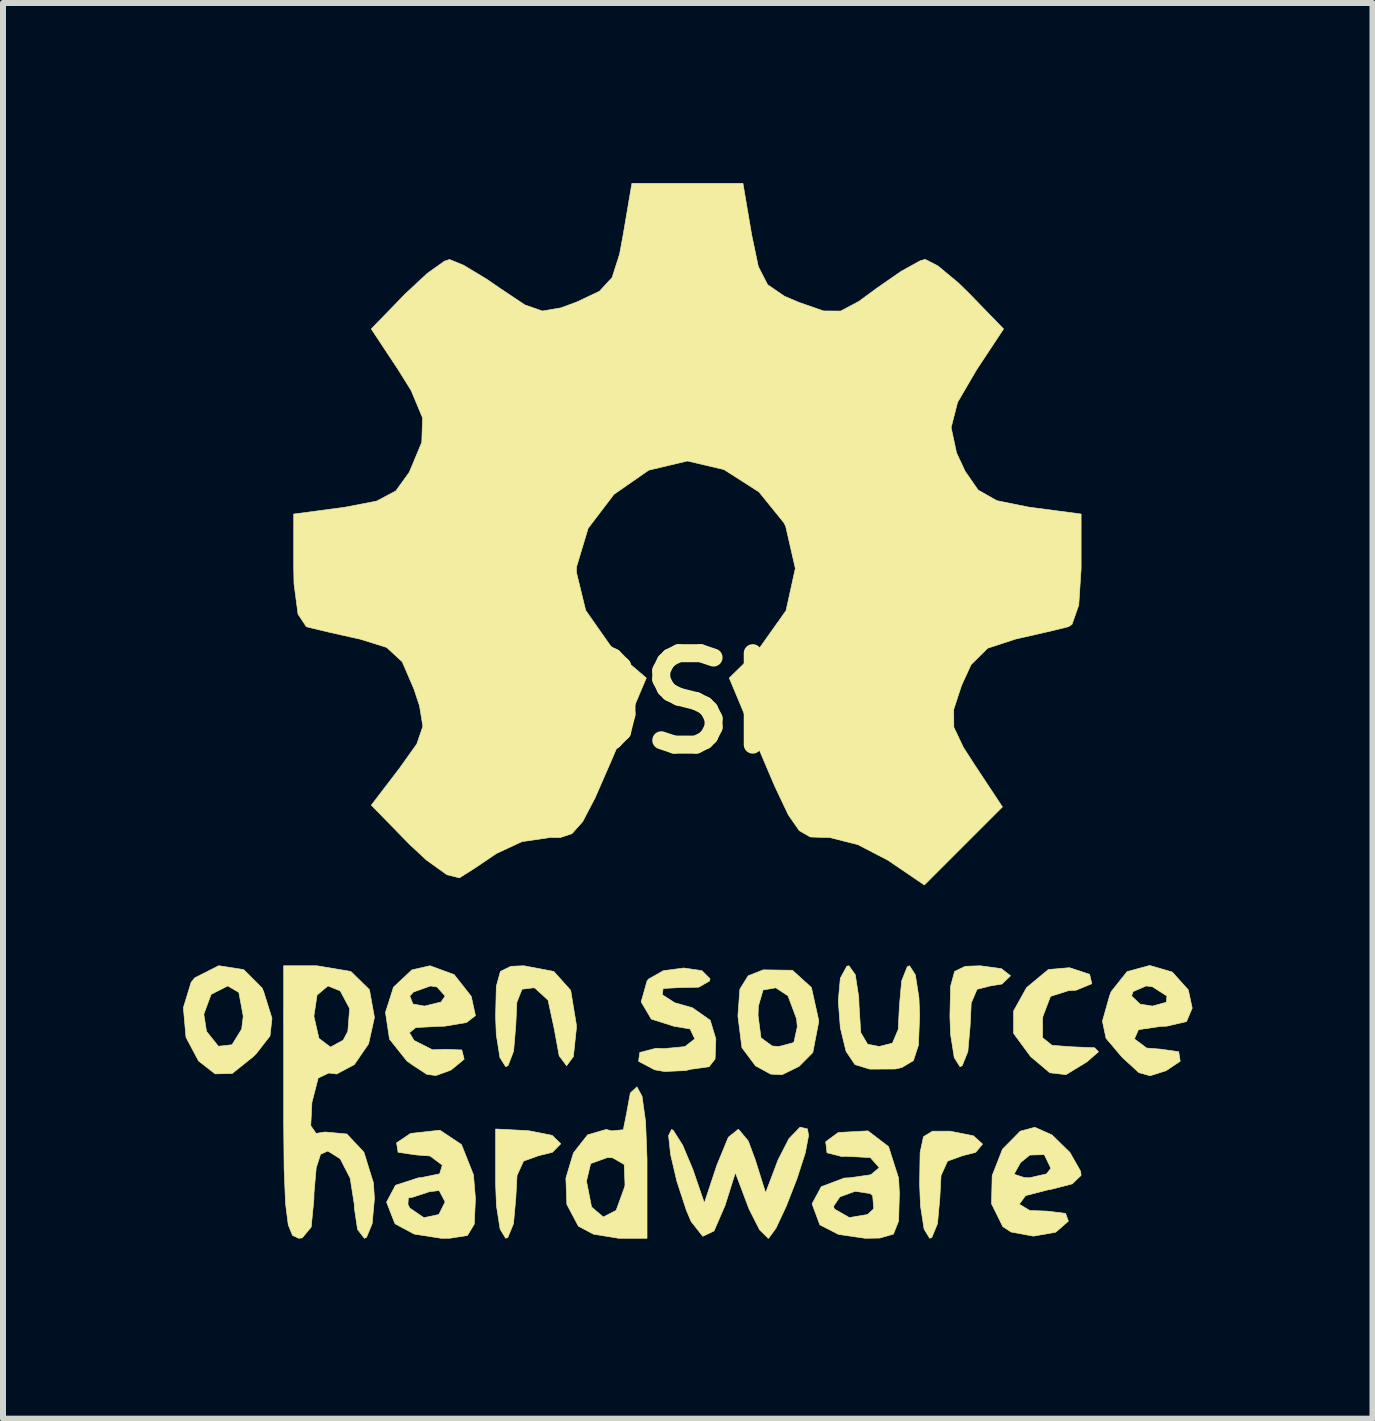
<source format=kicad_pcb>
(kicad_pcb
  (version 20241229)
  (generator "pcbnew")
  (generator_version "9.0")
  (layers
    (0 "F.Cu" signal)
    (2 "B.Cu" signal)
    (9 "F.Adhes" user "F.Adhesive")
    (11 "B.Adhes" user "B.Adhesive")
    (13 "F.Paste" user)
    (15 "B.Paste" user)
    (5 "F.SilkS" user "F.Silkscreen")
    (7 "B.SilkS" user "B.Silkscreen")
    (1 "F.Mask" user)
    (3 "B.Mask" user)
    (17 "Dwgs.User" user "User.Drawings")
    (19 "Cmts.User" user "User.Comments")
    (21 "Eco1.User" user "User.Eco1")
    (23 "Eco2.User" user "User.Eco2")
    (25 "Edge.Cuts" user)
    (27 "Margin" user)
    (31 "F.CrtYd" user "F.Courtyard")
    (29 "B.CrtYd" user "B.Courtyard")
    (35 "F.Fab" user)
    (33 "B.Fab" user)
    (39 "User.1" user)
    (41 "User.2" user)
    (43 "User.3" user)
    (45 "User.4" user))
  (footprint "OSH"
    (layer "F.Cu")
    (at 8.404 8.668)
    (property "Reference" "OSH" (at 0 0 0) (layer "F.SilkS") (effects (font (size 1.524 1.524) (thickness 0.3))))
    (attr through_hole)
    (fp_poly (pts (xy -2.649 7.122) (xy -2.253 7.2) (xy -2.111 7.34) (xy -2.248 7.481) (xy -2.481 7.539) (xy -2.731 7.629) (xy -2.839 7.869) (xy -2.86 8.254) (xy -2.898 8.671) (xy -2.992 8.9) (xy -3.028 8.915) (xy -3.121 8.763) (xy -3.182 8.372) (xy -3.196 8.005) (xy -3.196 7.094) (xy -2.649 7.122)) (stroke (width 0.01) (type solid)) (fill yes) (layer "F.SilkS"))
    (fp_poly (pts (xy 4.765 7.207) (xy 4.918 7.345) (xy 4.803 7.483) (xy 4.584 7.539) (xy 4.334 7.629) (xy 4.226 7.869) (xy 4.205 8.254) (xy 4.167 8.671) (xy 4.073 8.9) (xy 4.037 8.915) (xy 3.944 8.763) (xy 3.883 8.372) (xy 3.869 8.01) (xy 3.877 7.488) (xy 3.933 7.222) (xy 4.084 7.13) (xy 4.375 7.13) (xy 4.765 7.207)) (stroke (width 0.01) (type solid)) (fill yes) (layer "F.SilkS"))
    (fp_poly (pts (xy 5.232 4.422) (xy 5.383 4.54) (xy 5.383 4.542) (xy 5.242 4.678) (xy 5.046 4.71) (xy 4.826 4.766) (xy 4.729 4.994) (xy 4.71 5.383) (xy 4.673 5.804) (xy 4.579 6.038) (xy 4.542 6.056) (xy 4.446 5.904) (xy 4.385 5.518) (xy 4.374 5.215) (xy 4.385 4.717) (xy 4.452 4.468) (xy 4.629 4.383) (xy 4.878 4.374) (xy 5.232 4.422)) (stroke (width 0.01) (type solid)) (fill yes) (layer "F.SilkS"))
    (fp_poly (pts (xy 6.702 4.517) (xy 6.738 4.673) (xy 6.478 4.781) (xy 6.349 4.789) (xy 6.05 4.884) (xy 5.924 5.215) (xy 5.918 5.257) (xy 5.917 5.573) (xy 6.076 5.7) (xy 6.423 5.725) (xy 6.784 5.74) (xy 6.85 5.807) (xy 6.663 5.97) (xy 6.654 5.977) (xy 6.308 6.188) (xy 6.038 6.157) (xy 5.719 5.887) (xy 5.435 5.501) (xy 5.435 5.127) (xy 5.651 4.738) (xy 6.015 4.436) (xy 6.366 4.406) (xy 6.702 4.517)) (stroke (width 0.01) (type solid)) (fill yes) (layer "F.SilkS"))
    (fp_poly (pts (xy -2.226 4.469) (xy -1.945 4.783) (xy -1.851 5.355) (xy -1.85 5.416) (xy -1.9 5.887) (xy -2.013 6.04) (xy -2.137 5.874) (xy -2.219 5.426) (xy -2.322 4.947) (xy -2.541 4.746) (xy -2.565 4.741) (xy -2.756 4.765) (xy -2.842 4.983) (xy -2.86 5.37) (xy -2.896 5.796) (xy -2.988 6.036) (xy -3.028 6.056) (xy -3.124 5.904) (xy -3.185 5.518) (xy -3.196 5.215) (xy -3.184 4.716) (xy -3.116 4.468) (xy -2.943 4.383) (xy -2.725 4.374) (xy -2.226 4.469)) (stroke (width 0.01) (type solid)) (fill yes) (layer "F.SilkS"))
    (fp_poly (pts (xy -7.393 4.438) (xy -7.087 4.744) (xy -7.061 4.805) (xy -6.922 5.25) (xy -6.955 5.544) (xy -7.184 5.838) (xy -7.233 5.887) (xy -7.586 6.17) (xy -7.87 6.175) (xy -8.146 5.96) (xy -8.355 5.566) (xy -8.389 5.181) (xy -8.058 5.181) (xy -8.013 5.467) (xy -7.815 5.715) (xy -7.588 5.69) (xy -7.427 5.429) (xy -7.401 5.215) (xy -7.474 4.818) (xy -7.659 4.71) (xy -7.936 4.85) (xy -8.058 5.181) (xy -8.389 5.181) (xy -8.399 5.073) (xy -8.27 4.651) (xy -8.209 4.575) (xy -7.81 4.373) (xy -7.393 4.438)) (stroke (width 0.01) (type solid)) (fill yes) (layer "F.SilkS"))
    (fp_poly (pts (xy 3.798 4.525) (xy 3.858 4.91) (xy 3.869 5.195) (xy 3.85 5.695) (xy 3.766 5.954) (xy 3.574 6.069) (xy 3.464 6.094) (xy 3.038 6.096) (xy 2.792 6.021) (xy 2.643 5.799) (xy 2.548 5.407) (xy 2.514 4.961) (xy 2.548 4.58) (xy 2.657 4.381) (xy 2.691 4.374) (xy 2.797 4.523) (xy 2.855 4.896) (xy 2.86 5.046) (xy 2.888 5.487) (xy 3.002 5.681) (xy 3.196 5.719) (xy 3.416 5.663) (xy 3.513 5.435) (xy 3.532 5.046) (xy 3.57 4.625) (xy 3.663 4.391) (xy 3.701 4.374) (xy 3.798 4.525)) (stroke (width 0.01) (type solid)) (fill yes) (layer "F.SilkS"))
    (fp_poly (pts (xy 1.75 4.449) (xy 2.066 4.736) (xy 2.186 5.276) (xy 2.187 5.313) (xy 2.089 5.82) (xy 1.861 6.05) (xy 1.575 6.19) (xy 1.386 6.179) (xy 1.135 6.042) (xy 0.908 5.738) (xy 0.841 5.209) (xy 0.842 5.202) (xy 1.177 5.202) (xy 1.226 5.575) (xy 1.413 5.711) (xy 1.525 5.719) (xy 1.773 5.653) (xy 1.831 5.392) (xy 1.819 5.258) (xy 1.676 4.875) (xy 1.472 4.741) (xy 1.26 4.778) (xy 1.182 5.048) (xy 1.177 5.202) (xy 0.842 5.202) (xy 0.874 4.764) (xy 1.012 4.541) (xy 1.264 4.442) (xy 1.75 4.449)) (stroke (width 0.01) (type solid)) (fill yes) (layer "F.SilkS"))
    (fp_poly (pts (xy 0.242 4.456) (xy 0.376 4.589) (xy 0.371 4.626) (xy 0.189 4.731) (xy -0.134 4.738) (xy -0.405 4.752) (xy -0.418 4.857) (xy -0.212 4.99) (xy 0.084 5.074) (xy 0.38 5.282) (xy 0.474 5.594) (xy 0.461 5.928) (xy 0.361 6.056) (xy 0.053 6.099) (xy -0.028 6.12) (xy -0.382 6.136) (xy -0.547 6.107) (xy -0.814 5.966) (xy -0.793 5.818) (xy -0.52 5.748) (xy -0.396 5.755) (xy -0.042 5.721) (xy 0.123 5.593) (xy 0.045 5.427) (xy -0.22 5.383) (xy -0.601 5.263) (xy -0.771 4.976) (xy -0.672 4.626) (xy -0.648 4.596) (xy -0.401 4.456) (xy -0.061 4.411) (xy 0.242 4.456)) (stroke (width 0.01) (type solid)) (fill yes) (layer "F.SilkS"))
    (fp_poly (pts (xy -0.756 6.549) (xy -0.697 6.972) (xy -0.673 7.594) (xy -0.673 7.654) (xy -0.673 8.915) (xy -1.144 8.915) (xy -1.564 8.847) (xy -1.817 8.713) (xy -2.009 8.351) (xy -2.023 7.962) (xy -1.682 7.962) (xy -1.597 8.394) (xy -1.402 8.56) (xy -1.188 8.45) (xy -1.045 8.057) (xy -1.04 8.019) (xy -1.053 7.685) (xy -1.246 7.574) (xy -1.335 7.57) (xy -1.612 7.67) (xy -1.682 7.962) (xy -2.023 7.962) (xy -2.025 7.912) (xy -1.899 7.493) (xy -1.663 7.191) (xy -1.353 7.101) (xy -1.264 7.125) (xy -1.068 7.106) (xy -1.009 6.81) (xy -1.009 6.807) (xy -0.951 6.494) (xy -0.841 6.392) (xy -0.756 6.549)) (stroke (width 0.01) (type solid)) (fill yes) (layer "F.SilkS"))
    (fp_poly (pts (xy 6.075 7.193) (xy 6.373 7.484) (xy 6.551 7.797) (xy 6.56 7.866) (xy 6.413 8.008) (xy 6.054 8.101) (xy 6.014 8.106) (xy 5.634 8.204) (xy 5.53 8.347) (xy 5.705 8.452) (xy 5.992 8.462) (xy 6.301 8.5) (xy 6.348 8.63) (xy 6.136 8.814) (xy 5.765 8.879) (xy 5.394 8.811) (xy 5.255 8.721) (xy 5.067 8.339) (xy 5.078 7.871) (xy 5.087 7.847) (xy 5.443 7.847) (xy 5.619 7.905) (xy 5.699 7.906) (xy 5.983 7.843) (xy 6.056 7.748) (xy 5.946 7.521) (xy 5.704 7.528) (xy 5.549 7.655) (xy 5.443 7.847) (xy 5.087 7.847) (xy 5.25 7.43) (xy 5.546 7.13) (xy 5.789 7.065) (xy 6.075 7.193)) (stroke (width 0.01) (type solid)) (fill yes) (layer "F.SilkS"))
    (fp_poly (pts (xy -3.765 7.353) (xy -3.565 7.856) (xy -3.532 8.254) (xy -3.552 8.68) (xy -3.665 8.868) (xy -3.958 8.914) (xy -4.101 8.915) (xy -4.552 8.845) (xy -4.867 8.676) (xy -4.876 8.665) (xy -4.998 8.351) (xy -4.657 8.351) (xy -4.626 8.411) (xy -4.392 8.571) (xy -4.142 8.519) (xy -4.037 8.308) (xy -4.137 8.119) (xy -4.303 8.14) (xy -4.577 8.23) (xy -4.65 8.242) (xy -4.657 8.351) (xy -4.998 8.351) (xy -5.013 8.313) (xy -4.864 8.031) (xy -4.479 7.906) (xy -4.449 7.906) (xy -4.128 7.841) (xy -4.084 7.696) (xy -4.288 7.544) (xy -4.518 7.526) (xy -4.821 7.482) (xy -4.846 7.324) (xy -4.612 7.167) (xy -4.124 7.114) (xy -3.765 7.353)) (stroke (width 0.01) (type solid)) (fill yes) (layer "F.SilkS"))
    (fp_poly (pts (xy 8.078 4.478) (xy 8.346 4.776) (xy 8.411 5.08) (xy 8.316 5.304) (xy 7.984 5.381) (xy 7.892 5.383) (xy 7.516 5.439) (xy 7.448 5.593) (xy 7.652 5.745) (xy 7.882 5.763) (xy 8.186 5.806) (xy 8.211 5.965) (xy 7.976 6.122) (xy 7.709 6.207) (xy 7.523 6.155) (xy 7.264 5.918) (xy 7.233 5.887) (xy 6.975 5.582) (xy 6.915 5.297) (xy 7.032 4.882) (xy 7.033 4.878) (xy 7.401 4.878) (xy 7.543 5.013) (xy 7.748 5.046) (xy 7.98 4.982) (xy 7.99 4.878) (xy 7.747 4.723) (xy 7.644 4.71) (xy 7.426 4.804) (xy 7.401 4.878) (xy 7.033 4.878) (xy 7.061 4.805) (xy 7.326 4.471) (xy 7.702 4.369) (xy 8.078 4.478)) (stroke (width 0.01) (type solid)) (fill yes) (layer "F.SilkS"))
    (fp_poly (pts (xy -3.887 4.521) (xy -3.602 4.884) (xy -3.532 5.204) (xy -3.681 5.32) (xy -4.047 5.381) (xy -4.142 5.383) (xy -4.527 5.404) (xy -4.632 5.489) (xy -4.556 5.618) (xy -4.248 5.774) (xy -4.031 5.766) (xy -3.759 5.777) (xy -3.72 5.931) (xy -3.937 6.11) (xy -3.967 6.122) (xy -4.19 6.203) (xy -4.342 6.183) (xy -4.581 6.027) (xy -4.673 5.962) (xy -4.964 5.597) (xy -5.031 5.151) (xy -4.944 4.878) (xy -4.626 4.878) (xy -4.574 5.011) (xy -4.383 5.046) (xy -4.105 4.978) (xy -4.037 4.878) (xy -4.173 4.727) (xy -4.279 4.71) (xy -4.566 4.812) (xy -4.626 4.878) (xy -4.944 4.878) (xy -4.898 4.731) (xy -4.59 4.442) (xy -4.289 4.374) (xy -3.887 4.521)) (stroke (width 0.01) (type solid)) (fill yes) (layer "F.SilkS"))
    (fp_poly (pts (xy 2 7.092) (xy 2.019 7.203) (xy 1.963 7.496) (xy 1.824 7.926) (xy 1.647 8.38) (xy 1.476 8.746) (xy 1.354 8.914) (xy 1.346 8.915) (xy 1.203 8.774) (xy 1.028 8.429) (xy 1.005 8.369) (xy 0.799 7.822) (xy 0.627 8.369) (xy 0.443 8.793) (xy 0.256 8.882) (xy 0.062 8.636) (xy -0.016 8.453) (xy -0.176 7.965) (xy -0.28 7.52) (xy -0.314 7.203) (xy -0.263 7.1) (xy -0.234 7.119) (xy -0.079 7.364) (xy 0.091 7.769) (xy 0.099 7.792) (xy 0.282 8.326) (xy 0.491 7.696) (xy 0.682 7.231) (xy 0.85 7.097) (xy 1.014 7.293) (xy 1.132 7.612) (xy 1.303 8.158) (xy 1.509 7.612) (xy 1.692 7.254) (xy 1.877 7.063) (xy 2 7.092)) (stroke (width 0.01) (type solid)) (fill yes) (layer "F.SilkS"))
    (fp_poly (pts (xy 3.351 7.387) (xy 3.519 7.913) (xy 3.532 8.164) (xy 3.519 8.627) (xy 3.433 8.845) (xy 3.204 8.911) (xy 2.964 8.915) (xy 2.519 8.851) (xy 2.214 8.695) (xy 2.204 8.684) (xy 2.092 8.382) (xy 2.434 8.382) (xy 2.45 8.428) (xy 2.697 8.569) (xy 3.001 8.519) (xy 3.105 8.422) (xy 3.087 8.205) (xy 3.046 8.169) (xy 2.794 8.132) (xy 2.541 8.224) (xy 2.434 8.382) (xy 2.092 8.382) (xy 2.077 8.34) (xy 2.231 8.055) (xy 2.612 7.911) (xy 2.709 7.906) (xy 3.056 7.856) (xy 3.196 7.738) (xy 3.048 7.57) (xy 2.63 7.548) (xy 2.578 7.554) (xy 2.326 7.49) (xy 2.304 7.306) (xy 2.514 7.152) (xy 3.008 7.125) (xy 3.351 7.387)) (stroke (width 0.01) (type solid)) (fill yes) (layer "F.SilkS"))
    (fp_poly (pts (xy -5.608 4.469) (xy -5.298 4.773) (xy -5.215 5.236) (xy -5.312 5.674) (xy -5.549 6.02) (xy -5.846 6.178) (xy -5.976 6.161) (xy -6.152 6.244) (xy -6.256 6.648) (xy -6.257 6.657) (xy -6.276 7.039) (xy -6.187 7.167) (xy -6.04 7.144) (xy -5.675 7.177) (xy -5.39 7.481) (xy -5.232 7.991) (xy -5.215 8.254) (xy -5.253 8.671) (xy -5.347 8.9) (xy -5.383 8.915) (xy -5.496 8.768) (xy -5.55 8.407) (xy -5.551 8.347) (xy -5.619 7.915) (xy -5.785 7.591) (xy -5.991 7.461) (xy -6.113 7.515) (xy -6.185 7.741) (xy -6.222 8.161) (xy -6.224 8.27) (xy -6.269 8.728) (xy -6.418 8.908) (xy -6.476 8.915) (xy -6.58 8.867) (xy -6.651 8.691) (xy -6.696 8.337) (xy -6.72 7.757) (xy -6.728 6.901) (xy -6.728 6.644) (xy -6.728 5.215) (xy -6.224 5.215) (xy -6.14 5.583) (xy -5.948 5.729) (xy -5.736 5.614) (xy -5.658 5.467) (xy -5.628 5.087) (xy -5.785 4.792) (xy -5.99 4.71) (xy -6.171 4.862) (xy -6.224 5.215) (xy -6.728 5.215) (xy -6.728 4.374) (xy -6.173 4.374) (xy -5.608 4.469)) (stroke (width 0.01) (type solid)) (fill yes) (layer "F.SilkS"))
    (fp_poly (pts (xy 1.072 -7.797) (xy 1.182 -7.275) (xy 1.337 -6.974) (xy 1.617 -6.782) (xy 1.863 -6.678) (xy 2.269 -6.537) (xy 2.553 -6.535) (xy 2.86 -6.698) (xy 3.146 -6.909) (xy 3.559 -7.196) (xy 3.876 -7.372) (xy 3.962 -7.397) (xy 4.175 -7.287) (xy 4.514 -7.005) (xy 4.704 -6.819) (xy 5.268 -6.237) (xy 4.821 -5.561) (xy 4.502 -5.016) (xy 4.394 -4.595) (xy 4.484 -4.173) (xy 4.627 -3.866) (xy 4.844 -3.553) (xy 5.155 -3.376) (xy 5.678 -3.27) (xy 5.721 -3.264) (xy 6.56 -3.153) (xy 6.56 -2.244) (xy 6.521 -1.637) (xy 6.409 -1.316) (xy 6.35 -1.276) (xy 6.058 -1.204) (xy 5.598 -1.099) (xy 5.473 -1.071) (xy 5.002 -0.917) (xy 4.727 -0.644) (xy 4.567 -0.295) (xy 4.437 0.103) (xy 4.439 0.399) (xy 4.598 0.735) (xy 4.789 1.031) (xy 5.249 1.727) (xy 4.598 2.378) (xy 3.948 3.028) (xy 3.34 2.615) (xy 2.841 2.356) (xy 2.37 2.237) (xy 2.277 2.236) (xy 2.047 2.228) (xy 1.863 2.122) (xy 1.681 1.859) (xy 1.454 1.38) (xy 1.26 0.925) (xy 0.697 -0.421) (xy 1.185 -0.898) (xy 1.643 -1.543) (xy 1.798 -2.247) (xy 1.637 -2.95) (xy 1.61 -3.005) (xy 1.192 -3.521) (xy 0.609 -3.894) (xy 0 -4.037) (xy -0.644 -3.884) (xy -1.224 -3.481) (xy -1.654 -2.916) (xy -1.847 -2.275) (xy -1.85 -2.184) (xy -1.695 -1.547) (xy -1.263 -0.931) (xy -1.078 -0.757) (xy -0.685 -0.421) (xy -1.254 0.925) (xy -1.538 1.576) (xy -1.745 1.972) (xy -1.924 2.173) (xy -2.119 2.238) (xy -2.283 2.236) (xy -2.758 2.306) (xy -3.18 2.502) (xy -3.547 2.75) (xy -3.799 2.909) (xy -4.008 2.857) (xy -4.351 2.611) (xy -4.625 2.356) (xy -5.267 1.698) (xy -4.792 1.076) (xy -4.508 0.677) (xy -4.408 0.385) (xy -4.463 0.046) (xy -4.556 -0.236) (xy -4.752 -0.691) (xy -5.011 -0.93) (xy -5.456 -1.069) (xy -5.467 -1.071) (xy -5.946 -1.178) (xy -6.298 -1.262) (xy -6.35 -1.276) (xy -6.488 -1.484) (xy -6.555 -1.99) (xy -6.56 -2.244) (xy -6.56 -3.153) (xy -5.721 -3.264) (xy -5.18 -3.368) (xy -4.859 -3.538) (xy -4.64 -3.841) (xy -4.627 -3.866) (xy -4.426 -4.349) (xy -4.413 -4.756) (xy -4.603 -5.211) (xy -4.821 -5.561) (xy -5.268 -6.237) (xy -4.704 -6.819) (xy -4.338 -7.16) (xy -4.049 -7.366) (xy -3.962 -7.394) (xy -3.73 -7.299) (xy -3.342 -7.065) (xy -3.124 -6.915) (xy -2.708 -6.637) (xy -2.416 -6.536) (xy -2.106 -6.589) (xy -1.841 -6.687) (xy -1.466 -6.865) (xy -1.255 -7.093) (xy -1.13 -7.484) (xy -1.072 -7.797) (xy -0.925 -8.663) (xy 0.925 -8.663) (xy 1.072 -7.797)) (stroke (width 0.01) (type solid)) (fill yes) (layer "F.SilkS")))
  (gr_rect
    (start -3 -3)
    (end 19.819 20.588)
    (stroke (width 0.1) (type default))
    (fill no)
    (layer "Edge.Cuts")))
</source>
